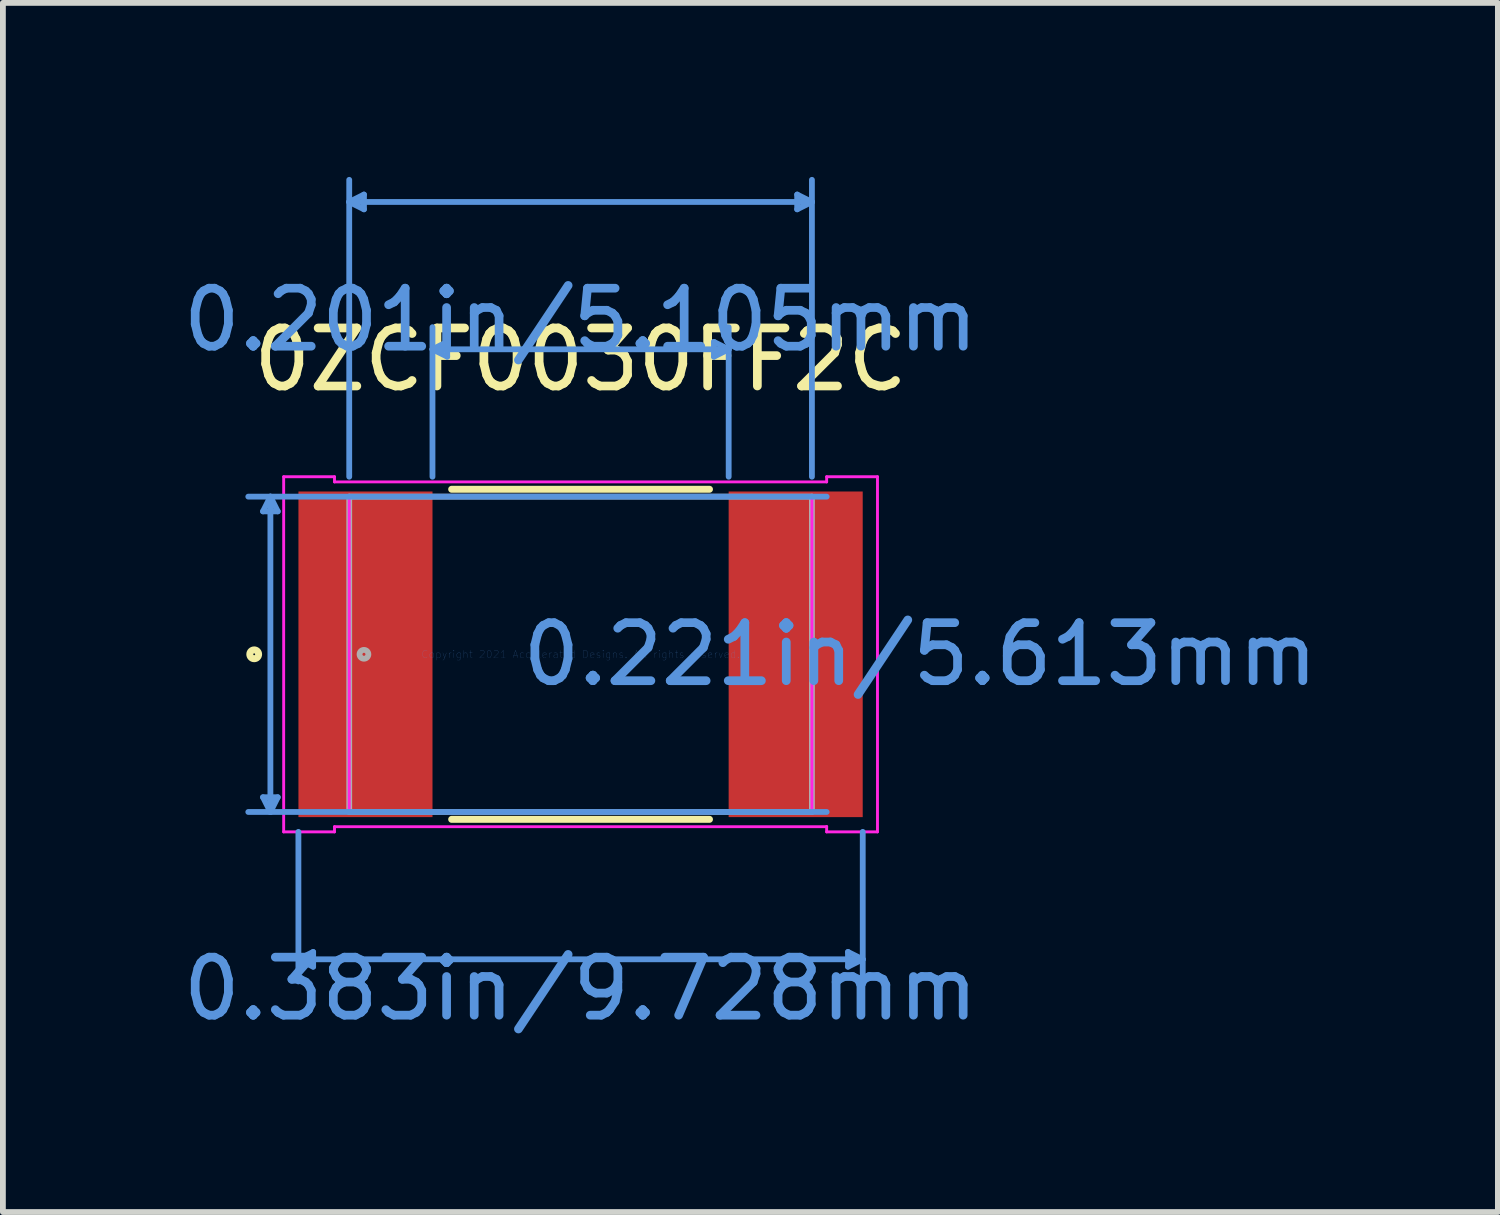
<source format=kicad_pcb>
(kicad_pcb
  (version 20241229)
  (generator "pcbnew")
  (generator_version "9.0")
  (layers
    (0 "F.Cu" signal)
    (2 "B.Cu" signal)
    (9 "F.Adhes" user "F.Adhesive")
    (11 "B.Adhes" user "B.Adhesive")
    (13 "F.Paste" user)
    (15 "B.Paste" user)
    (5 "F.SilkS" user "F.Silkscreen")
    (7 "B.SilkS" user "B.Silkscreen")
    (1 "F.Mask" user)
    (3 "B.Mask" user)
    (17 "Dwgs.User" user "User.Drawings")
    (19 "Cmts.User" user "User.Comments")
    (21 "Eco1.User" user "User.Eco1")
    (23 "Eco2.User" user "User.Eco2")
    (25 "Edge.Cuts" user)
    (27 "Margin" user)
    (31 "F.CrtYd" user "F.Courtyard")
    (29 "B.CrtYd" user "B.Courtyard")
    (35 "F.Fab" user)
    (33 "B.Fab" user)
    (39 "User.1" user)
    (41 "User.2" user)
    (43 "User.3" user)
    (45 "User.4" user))
  (footprint "0ZCF0030FF2C"
    (layer "F.Cu")
    (at 6.958 8.229)
    (property "Reference" "0ZCF0030FF2C" (at 0 -5.08 0) (layer "F.SilkS") (effects (font (size 1 1) (thickness 0.15))))
    (attr through_hole)
    (fp_line (start -2.222 2.845) (end 2.222 2.845) (stroke (width 0.12) (type solid)) (layer "F.SilkS"))
    (fp_line (start 2.222 -2.845) (end -2.222 -2.845) (stroke (width 0.12) (type solid)) (layer "F.SilkS"))
    (fp_circle (center -5.626 0) (end -5.55 0) (stroke (width 0.12) (type solid)) (fill no) (layer "F.SilkS"))
    (fp_line (start -5.474 -2.464) (end -5.22 -2.464) (stroke (width 0.1) (type solid)) (layer "Cmts.User"))
    (fp_line (start -5.474 2.464) (end -5.22 2.464) (stroke (width 0.1) (type solid)) (layer "Cmts.User"))
    (fp_line (start -5.347 -2.718) (end -5.474 -2.464) (stroke (width 0.1) (type solid)) (layer "Cmts.User"))
    (fp_line (start -5.347 -2.718) (end -5.347 2.718) (stroke (width 0.1) (type solid)) (layer "Cmts.User"))
    (fp_line (start -5.347 -2.718) (end -5.22 -2.464) (stroke (width 0.1) (type solid)) (layer "Cmts.User"))
    (fp_line (start -5.347 2.718) (end -5.474 2.464) (stroke (width 0.1) (type solid)) (layer "Cmts.User"))
    (fp_line (start -5.347 2.718) (end -5.22 2.464) (stroke (width 0.1) (type solid)) (layer "Cmts.User"))
    (fp_line (start -4.864 3.061) (end -4.864 5.639) (stroke (width 0.1) (type solid)) (layer "Cmts.User"))
    (fp_line (start -4.864 5.258) (end -4.61 5.131) (stroke (width 0.1) (type solid)) (layer "Cmts.User"))
    (fp_line (start -4.864 5.258) (end -4.61 5.385) (stroke (width 0.1) (type solid)) (layer "Cmts.User"))
    (fp_line (start -4.864 5.258) (end 4.864 5.258) (stroke (width 0.1) (type solid)) (layer "Cmts.User"))
    (fp_line (start -4.61 5.131) (end -4.61 5.385) (stroke (width 0.1) (type solid)) (layer "Cmts.User"))
    (fp_line (start -3.988 -7.798) (end -3.734 -7.925) (stroke (width 0.1) (type solid)) (layer "Cmts.User"))
    (fp_line (start -3.988 -7.798) (end -3.734 -7.671) (stroke (width 0.1) (type solid)) (layer "Cmts.User"))
    (fp_line (start -3.988 -7.798) (end 3.988 -7.798) (stroke (width 0.1) (type solid)) (layer "Cmts.User"))
    (fp_line (start -3.988 -3.061) (end -3.988 -8.179) (stroke (width 0.1) (type solid)) (layer "Cmts.User"))
    (fp_line (start -3.734 -7.925) (end -3.734 -7.671) (stroke (width 0.1) (type solid)) (layer "Cmts.User"))
    (fp_line (start -2.553 -5.258) (end -2.299 -5.385) (stroke (width 0.1) (type solid)) (layer "Cmts.User"))
    (fp_line (start -2.553 -5.258) (end -2.299 -5.131) (stroke (width 0.1) (type solid)) (layer "Cmts.User"))
    (fp_line (start -2.553 -5.258) (end 2.553 -5.258) (stroke (width 0.1) (type solid)) (layer "Cmts.User"))
    (fp_line (start -2.553 -3.061) (end -2.553 -5.639) (stroke (width 0.1) (type solid)) (layer "Cmts.User"))
    (fp_line (start -2.299 -5.385) (end -2.299 -5.131) (stroke (width 0.1) (type solid)) (layer "Cmts.User"))
    (fp_line (start 2.299 -5.385) (end 2.299 -5.131) (stroke (width 0.1) (type solid)) (layer "Cmts.User"))
    (fp_line (start 2.553 -5.258) (end 2.299 -5.385) (stroke (width 0.1) (type solid)) (layer "Cmts.User"))
    (fp_line (start 2.553 -5.258) (end 2.299 -5.131) (stroke (width 0.1) (type solid)) (layer "Cmts.User"))
    (fp_line (start 2.553 -3.061) (end 2.553 -5.639) (stroke (width 0.1) (type solid)) (layer "Cmts.User"))
    (fp_line (start 3.734 -7.925) (end 3.734 -7.671) (stroke (width 0.1) (type solid)) (layer "Cmts.User"))
    (fp_line (start 3.988 -7.798) (end 3.734 -7.925) (stroke (width 0.1) (type solid)) (layer "Cmts.User"))
    (fp_line (start 3.988 -7.798) (end 3.734 -7.671) (stroke (width 0.1) (type solid)) (layer "Cmts.User"))
    (fp_line (start 3.988 -3.061) (end 3.988 -8.179) (stroke (width 0.1) (type solid)) (layer "Cmts.User"))
    (fp_line (start 4.242 -2.718) (end -5.728 -2.718) (stroke (width 0.1) (type solid)) (layer "Cmts.User"))
    (fp_line (start 4.242 2.718) (end -5.728 2.718) (stroke (width 0.1) (type solid)) (layer "Cmts.User"))
    (fp_line (start 4.61 5.131) (end 4.61 5.385) (stroke (width 0.1) (type solid)) (layer "Cmts.User"))
    (fp_line (start 4.864 3.061) (end 4.864 5.639) (stroke (width 0.1) (type solid)) (layer "Cmts.User"))
    (fp_line (start 4.864 5.258) (end 4.61 5.131) (stroke (width 0.1) (type solid)) (layer "Cmts.User"))
    (fp_line (start 4.864 5.258) (end 4.61 5.385) (stroke (width 0.1) (type solid)) (layer "Cmts.User"))
    (fp_line (start -5.118 -3.061) (end -4.242 -3.061) (stroke (width 0.05) (type solid)) (layer "F.CrtYd"))
    (fp_line (start -5.118 3.061) (end -5.118 -3.061) (stroke (width 0.05) (type solid)) (layer "F.CrtYd"))
    (fp_line (start -5.118 3.061) (end -4.242 3.061) (stroke (width 0.05) (type solid)) (layer "F.CrtYd"))
    (fp_line (start -4.242 -3.061) (end -4.242 -2.972) (stroke (width 0.05) (type solid)) (layer "F.CrtYd"))
    (fp_line (start -4.242 -2.972) (end 4.242 -2.972) (stroke (width 0.05) (type solid)) (layer "F.CrtYd"))
    (fp_line (start -4.242 2.972) (end 4.242 2.972) (stroke (width 0.05) (type solid)) (layer "F.CrtYd"))
    (fp_line (start -4.242 3.061) (end -4.242 2.972) (stroke (width 0.05) (type solid)) (layer "F.CrtYd"))
    (fp_line (start -3.988 -2.718) (end 3.988 -2.718) (stroke (width 0.05) (type solid)) (layer "F.CrtYd"))
    (fp_line (start -3.988 2.718) (end -3.988 -2.718) (stroke (width 0.05) (type solid)) (layer "F.CrtYd"))
    (fp_line (start 3.988 -2.718) (end 3.988 2.718) (stroke (width 0.05) (type solid)) (layer "F.CrtYd"))
    (fp_line (start 3.988 2.718) (end -3.988 2.718) (stroke (width 0.05) (type solid)) (layer "F.CrtYd"))
    (fp_line (start 4.242 -3.061) (end 5.118 -3.061) (stroke (width 0.05) (type solid)) (layer "F.CrtYd"))
    (fp_line (start 4.242 -2.972) (end 4.242 -3.061) (stroke (width 0.05) (type solid)) (layer "F.CrtYd"))
    (fp_line (start 4.242 2.972) (end 4.242 2.972) (stroke (width 0.05) (type solid)) (layer "F.CrtYd"))
    (fp_line (start 4.242 3.061) (end 4.242 2.972) (stroke (width 0.05) (type solid)) (layer "F.CrtYd"))
    (fp_line (start 4.242 3.061) (end 5.118 3.061) (stroke (width 0.05) (type solid)) (layer "F.CrtYd"))
    (fp_line (start 5.118 -3.061) (end 5.118 3.061) (stroke (width 0.05) (type solid)) (layer "F.CrtYd"))
    (fp_line (start -3.988 -2.718) (end -3.988 2.718) (stroke (width 0.1) (type solid)) (layer "F.Fab"))
    (fp_line (start -3.988 2.718) (end 3.988 2.718) (stroke (width 0.1) (type solid)) (layer "F.Fab"))
    (fp_line (start 3.988 -2.718) (end -3.988 -2.718) (stroke (width 0.1) (type solid)) (layer "F.Fab"))
    (fp_line (start 3.988 2.718) (end 3.988 -2.718) (stroke (width 0.1) (type solid)) (layer "F.Fab"))
    (fp_circle (center -3.734 0) (end -3.658 0) (stroke (width 0.1) (type solid)) (fill no) (layer "F.Fab"))
    (fp_text user "0.383in/9.728mm" (at 0 5.766 0) (layer "Cmts.User") (effects (font (size 1 1) (thickness 0.15))))
    (fp_text user "0.221in/5.613mm" (at 5.855 0 0) (layer "Cmts.User") (effects (font (size 1 1) (thickness 0.15))))
    (fp_text user "Copyright 2021 Accelerated Designs. All rights reserved." (at 0 0 0) (layer "Cmts.User") (effects (font (size 0.127 0.127) (thickness 0.002))))
    (fp_text user "0.201in/5.105mm" (at 0 -5.766 0) (layer "Cmts.User") (effects (font (size 1 1) (thickness 0.15))))
    (pad "1" smd rect (at -3.708 0) (size 2.311 5.613) (layers "F.Cu" "F.Mask" "F.Paste"))
    (pad "2" smd rect (at 3.708 0) (size 2.311 5.613) (layers "F.Cu" "F.Mask" "F.Paste")))
  (gr_rect
    (start -3 -3)
    (end 22.771 17.843)
    (stroke (width 0.1) (type default))
    (fill no)
    (layer "Edge.Cuts")))
</source>
